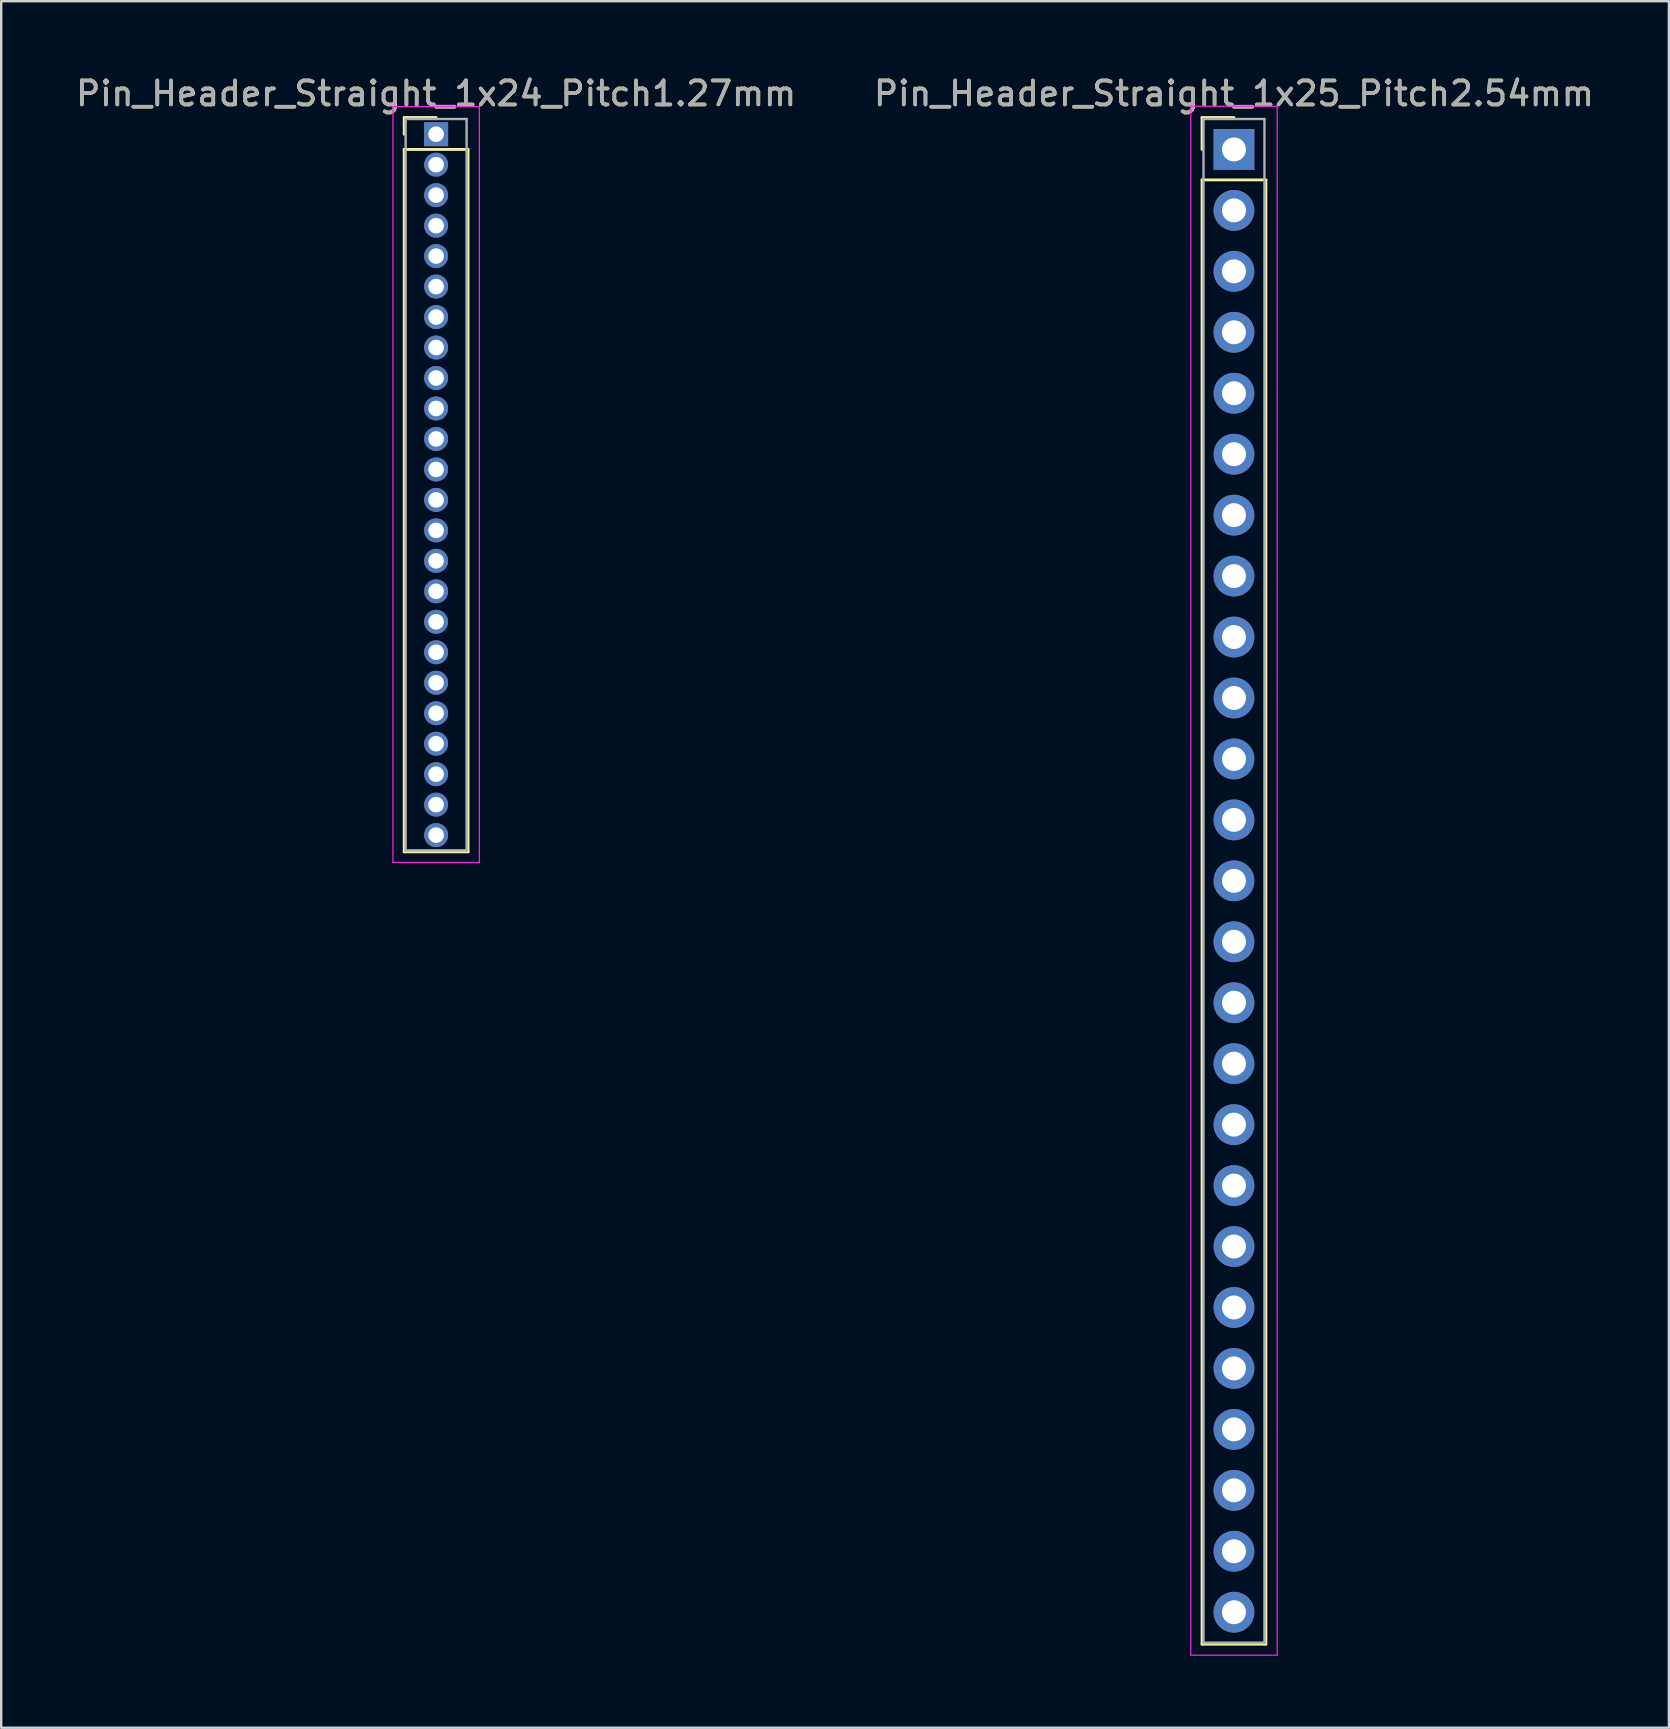
<source format=kicad_pcb>
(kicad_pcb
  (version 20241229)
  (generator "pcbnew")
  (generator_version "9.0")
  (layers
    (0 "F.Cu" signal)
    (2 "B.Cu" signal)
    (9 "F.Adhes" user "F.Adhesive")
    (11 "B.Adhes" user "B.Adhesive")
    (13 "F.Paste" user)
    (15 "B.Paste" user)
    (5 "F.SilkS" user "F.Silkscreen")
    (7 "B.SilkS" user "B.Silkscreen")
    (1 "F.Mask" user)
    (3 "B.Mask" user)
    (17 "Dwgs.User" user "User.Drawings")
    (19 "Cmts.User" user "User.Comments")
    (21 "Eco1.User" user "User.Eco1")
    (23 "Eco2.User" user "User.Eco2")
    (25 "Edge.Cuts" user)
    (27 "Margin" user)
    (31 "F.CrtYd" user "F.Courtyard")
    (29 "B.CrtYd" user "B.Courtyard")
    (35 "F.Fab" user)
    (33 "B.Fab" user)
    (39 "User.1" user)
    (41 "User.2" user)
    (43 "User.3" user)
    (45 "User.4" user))
  (footprint "Pin_Header_Straight_1x24_Pitch1.27mm"
    (layer "F.Cu")
    (at 15.125 2.543)
    (property "Reference" "Pin_Header_Straight_1x24_Pitch1.27mm" (at 0 -1.695 0) (layer "F.SilkS") (effects (font (size 1 1) (thickness 0.15))))
    (attr through_hole)
    (fp_line (start -1.33 -0.695) (end 0 -0.695) (stroke (width 0.12) (type solid)) (layer "F.SilkS"))
    (fp_line (start -1.33 0) (end -1.33 -0.695) (stroke (width 0.12) (type solid)) (layer "F.SilkS"))
    (fp_line (start -1.33 0.635) (end -1.33 29.905) (stroke (width 0.12) (type solid)) (layer "F.SilkS"))
    (fp_line (start -1.33 29.905) (end 1.33 29.905) (stroke (width 0.12) (type solid)) (layer "F.SilkS"))
    (fp_line (start 1.33 0.635) (end -1.33 0.635) (stroke (width 0.12) (type solid)) (layer "F.SilkS"))
    (fp_line (start 1.33 29.905) (end 1.33 0.635) (stroke (width 0.12) (type solid)) (layer "F.SilkS"))
    (fp_line (start -1.8 -1.15) (end -1.8 30.35) (stroke (width 0.05) (type solid)) (layer "F.CrtYd"))
    (fp_line (start -1.8 30.35) (end 1.8 30.35) (stroke (width 0.05) (type solid)) (layer "F.CrtYd"))
    (fp_line (start 1.8 -1.15) (end -1.8 -1.15) (stroke (width 0.05) (type solid)) (layer "F.CrtYd"))
    (fp_line (start 1.8 30.35) (end 1.8 -1.15) (stroke (width 0.05) (type solid)) (layer "F.CrtYd"))
    (fp_line (start -1.27 -0.635) (end -1.27 29.845) (stroke (width 0.1) (type solid)) (layer "F.Fab"))
    (fp_line (start -1.27 29.845) (end 1.27 29.845) (stroke (width 0.1) (type solid)) (layer "F.Fab"))
    (fp_line (start 1.27 -0.635) (end -1.27 -0.635) (stroke (width 0.1) (type solid)) (layer "F.Fab"))
    (fp_line (start 1.27 29.845) (end 1.27 -0.635) (stroke (width 0.1) (type solid)) (layer "F.Fab"))
    (fp_text user "${REFERENCE}" (at 0 -1.695 0) (layer "F.Fab") (effects (font (size 1 1) (thickness 0.15))))
    (pad "1" thru_hole rect (at 0 0) (size 1 1) (drill 0.65) (layers "*.Cu" "*.Mask"))
    (pad "2" thru_hole oval (at 0 1.27) (size 1 1) (drill 0.65) (layers "*.Cu" "*.Mask"))
    (pad "3" thru_hole oval (at 0 2.54) (size 1 1) (drill 0.65) (layers "*.Cu" "*.Mask"))
    (pad "4" thru_hole oval (at 0 3.81) (size 1 1) (drill 0.65) (layers "*.Cu" "*.Mask"))
    (pad "5" thru_hole oval (at 0 5.08) (size 1 1) (drill 0.65) (layers "*.Cu" "*.Mask"))
    (pad "6" thru_hole oval (at 0 6.35) (size 1 1) (drill 0.65) (layers "*.Cu" "*.Mask"))
    (pad "7" thru_hole oval (at 0 7.62) (size 1 1) (drill 0.65) (layers "*.Cu" "*.Mask"))
    (pad "8" thru_hole oval (at 0 8.89) (size 1 1) (drill 0.65) (layers "*.Cu" "*.Mask"))
    (pad "9" thru_hole oval (at 0 10.16) (size 1 1) (drill 0.65) (layers "*.Cu" "*.Mask"))
    (pad "10" thru_hole oval (at 0 11.43) (size 1 1) (drill 0.65) (layers "*.Cu" "*.Mask"))
    (pad "11" thru_hole oval (at 0 12.7) (size 1 1) (drill 0.65) (layers "*.Cu" "*.Mask"))
    (pad "12" thru_hole oval (at 0 13.97) (size 1 1) (drill 0.65) (layers "*.Cu" "*.Mask"))
    (pad "13" thru_hole oval (at 0 15.24) (size 1 1) (drill 0.65) (layers "*.Cu" "*.Mask"))
    (pad "14" thru_hole oval (at 0 16.51) (size 1 1) (drill 0.65) (layers "*.Cu" "*.Mask"))
    (pad "15" thru_hole oval (at 0 17.78) (size 1 1) (drill 0.65) (layers "*.Cu" "*.Mask"))
    (pad "16" thru_hole oval (at 0 19.05) (size 1 1) (drill 0.65) (layers "*.Cu" "*.Mask"))
    (pad "17" thru_hole oval (at 0 20.32) (size 1 1) (drill 0.65) (layers "*.Cu" "*.Mask"))
    (pad "18" thru_hole oval (at 0 21.59) (size 1 1) (drill 0.65) (layers "*.Cu" "*.Mask"))
    (pad "19" thru_hole oval (at 0 22.86) (size 1 1) (drill 0.65) (layers "*.Cu" "*.Mask"))
    (pad "20" thru_hole oval (at 0 24.13) (size 1 1) (drill 0.65) (layers "*.Cu" "*.Mask"))
    (pad "21" thru_hole oval (at 0 25.4) (size 1 1) (drill 0.65) (layers "*.Cu" "*.Mask"))
    (pad "22" thru_hole oval (at 0 26.67) (size 1 1) (drill 0.65) (layers "*.Cu" "*.Mask"))
    (pad "23" thru_hole oval (at 0 27.94) (size 1 1) (drill 0.65) (layers "*.Cu" "*.Mask"))
    (pad "24" thru_hole oval (at 0 29.21) (size 1 1) (drill 0.65) (layers "*.Cu" "*.Mask")))
  (footprint "Pin_Header_Straight_1x25_Pitch2.54mm"
    (layer "F.Cu")
    (at 48.375 3.178)
    (property "Reference" "Pin_Header_Straight_1x25_Pitch2.54mm" (at 0 -2.33 0) (layer "F.SilkS") (effects (font (size 1 1) (thickness 0.15))))
    (attr through_hole)
    (fp_line (start -1.33 -1.33) (end 0 -1.33) (stroke (width 0.12) (type solid)) (layer "F.SilkS"))
    (fp_line (start -1.33 0) (end -1.33 -1.33) (stroke (width 0.12) (type solid)) (layer "F.SilkS"))
    (fp_line (start -1.33 1.27) (end -1.33 62.29) (stroke (width 0.12) (type solid)) (layer "F.SilkS"))
    (fp_line (start -1.33 62.29) (end 1.33 62.29) (stroke (width 0.12) (type solid)) (layer "F.SilkS"))
    (fp_line (start 1.33 1.27) (end -1.33 1.27) (stroke (width 0.12) (type solid)) (layer "F.SilkS"))
    (fp_line (start 1.33 62.29) (end 1.33 1.27) (stroke (width 0.12) (type solid)) (layer "F.SilkS"))
    (fp_line (start -1.8 -1.8) (end -1.8 62.75) (stroke (width 0.05) (type solid)) (layer "F.CrtYd"))
    (fp_line (start -1.8 62.75) (end 1.8 62.75) (stroke (width 0.05) (type solid)) (layer "F.CrtYd"))
    (fp_line (start 1.8 -1.8) (end -1.8 -1.8) (stroke (width 0.05) (type solid)) (layer "F.CrtYd"))
    (fp_line (start 1.8 62.75) (end 1.8 -1.8) (stroke (width 0.05) (type solid)) (layer "F.CrtYd"))
    (fp_line (start -1.27 -1.27) (end -1.27 62.23) (stroke (width 0.1) (type solid)) (layer "F.Fab"))
    (fp_line (start -1.27 62.23) (end 1.27 62.23) (stroke (width 0.1) (type solid)) (layer "F.Fab"))
    (fp_line (start 1.27 -1.27) (end -1.27 -1.27) (stroke (width 0.1) (type solid)) (layer "F.Fab"))
    (fp_line (start 1.27 62.23) (end 1.27 -1.27) (stroke (width 0.1) (type solid)) (layer "F.Fab"))
    (fp_text user "${REFERENCE}" (at 0 -2.33 0) (layer "F.Fab") (effects (font (size 1 1) (thickness 0.15))))
    (pad "1" thru_hole rect (at 0 0) (size 1.7 1.7) (drill 1) (layers "*.Cu" "*.Mask"))
    (pad "2" thru_hole oval (at 0 2.54) (size 1.7 1.7) (drill 1) (layers "*.Cu" "*.Mask"))
    (pad "3" thru_hole oval (at 0 5.08) (size 1.7 1.7) (drill 1) (layers "*.Cu" "*.Mask"))
    (pad "4" thru_hole oval (at 0 7.62) (size 1.7 1.7) (drill 1) (layers "*.Cu" "*.Mask"))
    (pad "5" thru_hole oval (at 0 10.16) (size 1.7 1.7) (drill 1) (layers "*.Cu" "*.Mask"))
    (pad "6" thru_hole oval (at 0 12.7) (size 1.7 1.7) (drill 1) (layers "*.Cu" "*.Mask"))
    (pad "7" thru_hole oval (at 0 15.24) (size 1.7 1.7) (drill 1) (layers "*.Cu" "*.Mask"))
    (pad "8" thru_hole oval (at 0 17.78) (size 1.7 1.7) (drill 1) (layers "*.Cu" "*.Mask"))
    (pad "9" thru_hole oval (at 0 20.32) (size 1.7 1.7) (drill 1) (layers "*.Cu" "*.Mask"))
    (pad "10" thru_hole oval (at 0 22.86) (size 1.7 1.7) (drill 1) (layers "*.Cu" "*.Mask"))
    (pad "11" thru_hole oval (at 0 25.4) (size 1.7 1.7) (drill 1) (layers "*.Cu" "*.Mask"))
    (pad "12" thru_hole oval (at 0 27.94) (size 1.7 1.7) (drill 1) (layers "*.Cu" "*.Mask"))
    (pad "13" thru_hole oval (at 0 30.48) (size 1.7 1.7) (drill 1) (layers "*.Cu" "*.Mask"))
    (pad "14" thru_hole oval (at 0 33.02) (size 1.7 1.7) (drill 1) (layers "*.Cu" "*.Mask"))
    (pad "15" thru_hole oval (at 0 35.56) (size 1.7 1.7) (drill 1) (layers "*.Cu" "*.Mask"))
    (pad "16" thru_hole oval (at 0 38.1) (size 1.7 1.7) (drill 1) (layers "*.Cu" "*.Mask"))
    (pad "17" thru_hole oval (at 0 40.64) (size 1.7 1.7) (drill 1) (layers "*.Cu" "*.Mask"))
    (pad "18" thru_hole oval (at 0 43.18) (size 1.7 1.7) (drill 1) (layers "*.Cu" "*.Mask"))
    (pad "19" thru_hole oval (at 0 45.72) (size 1.7 1.7) (drill 1) (layers "*.Cu" "*.Mask"))
    (pad "20" thru_hole oval (at 0 48.26) (size 1.7 1.7) (drill 1) (layers "*.Cu" "*.Mask"))
    (pad "21" thru_hole oval (at 0 50.8) (size 1.7 1.7) (drill 1) (layers "*.Cu" "*.Mask"))
    (pad "22" thru_hole oval (at 0 53.34) (size 1.7 1.7) (drill 1) (layers "*.Cu" "*.Mask"))
    (pad "23" thru_hole oval (at 0 55.88) (size 1.7 1.7) (drill 1) (layers "*.Cu" "*.Mask"))
    (pad "24" thru_hole oval (at 0 58.42) (size 1.7 1.7) (drill 1) (layers "*.Cu" "*.Mask"))
    (pad "25" thru_hole oval (at 0 60.96) (size 1.7 1.7) (drill 1) (layers "*.Cu" "*.Mask")))
  (gr_rect
    (start -3 -3)
    (end 66.5 68.953)
    (stroke (width 0.1) (type default))
    (fill no)
    (layer "Edge.Cuts")))
</source>
